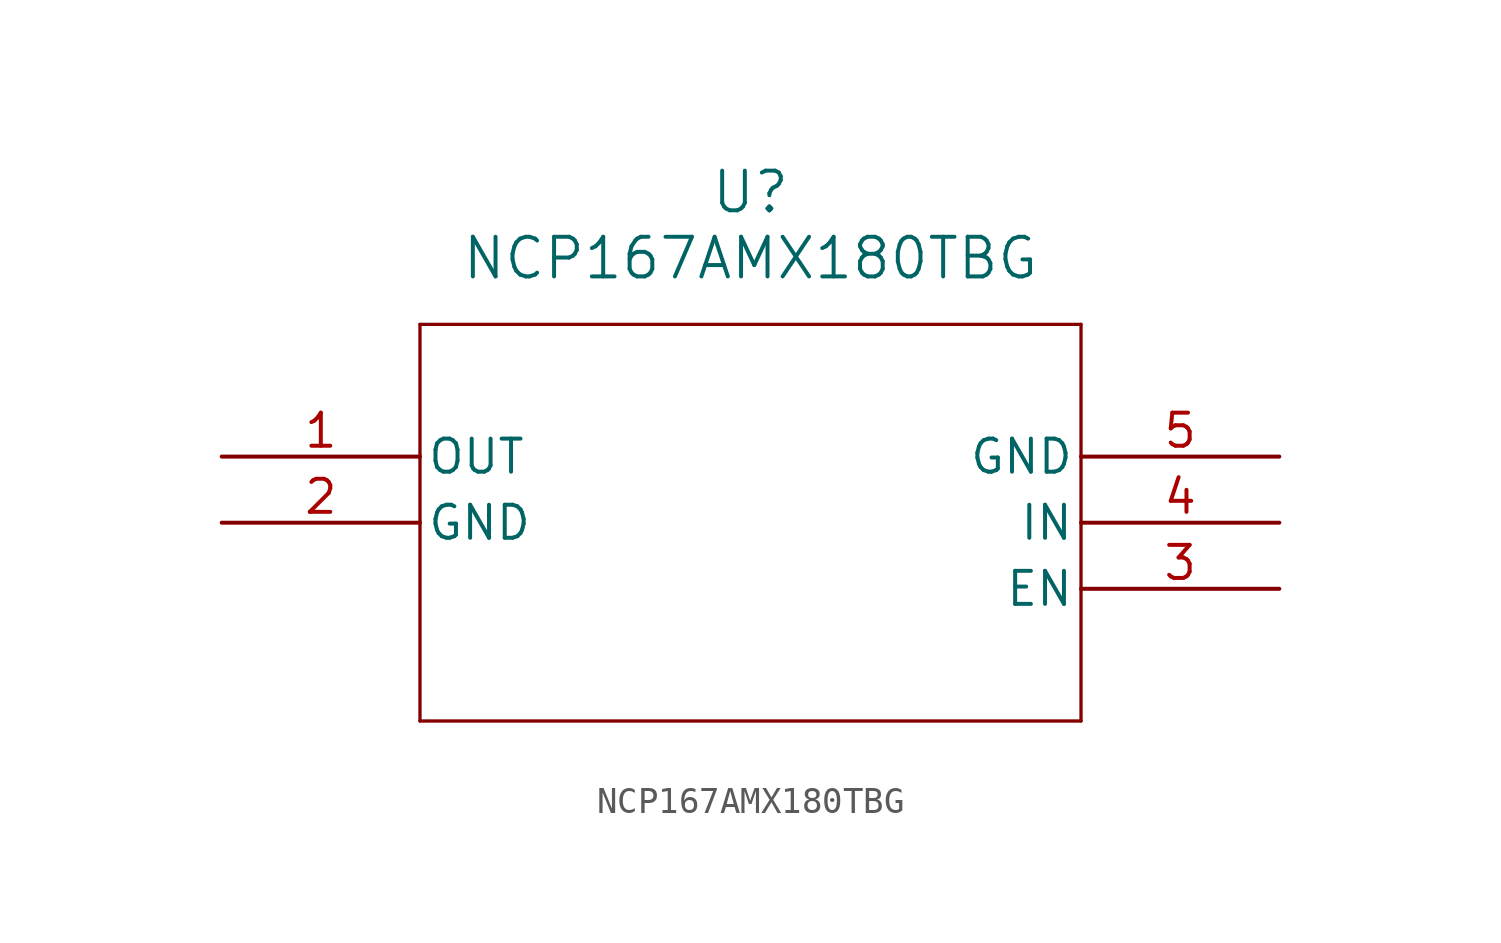
<source format=kicad_sym>
(kicad_symbol_lib
  (version 20220914)
  (generator kicad_symbol_editor)
  (symbol "NCP167AMX180TBG"
    (pin_names
      (offset 0.254))
    (property "Reference" "U"
      (at 20.32 10.16 0)
      (effects (font (size 1.524 1.524))))
    (property "Value" "NCP167AMX180TBG"
      (at 20.32 7.62 0)
      (effects (font (size 1.524 1.524))))
    (property "ki_locked" ""
      (at 0 0 0)
      (effects (font (size 1.27 1.27))))
    (symbol "NCP167AMX180TBG_0_1"
      (polyline (pts (xy 7.62 -10.16) (xy 33.02 -10.16)) (stroke (width 0.127) (type default)) (fill (type none)))
      (polyline (pts (xy 7.62 5.08) (xy 7.62 -10.16)) (stroke (width 0.127) (type default)) (fill (type none)))
      (polyline (pts (xy 33.02 -10.16) (xy 33.02 5.08)) (stroke (width 0.127) (type default)) (fill (type none)))
      (polyline (pts (xy 33.02 5.08) (xy 7.62 5.08)) (stroke (width 0.127) (type default)) (fill (type none)))
      (pin output line (at 0 0 0) (length 7.62) (name "OUT" (effects (font (size 1.27 1.27)))) (number "1" (effects (font (size 1.27 1.27)))))
      (pin power_out line (at 0 -2.54 0) (length 7.62) (name "GND" (effects (font (size 1.27 1.27)))) (number "2" (effects (font (size 1.27 1.27)))))
      (pin input line (at 40.64 -5.08 180) (length 7.62) (name "EN" (effects (font (size 1.27 1.27)))) (number "3" (effects (font (size 1.27 1.27)))))
      (pin power_in line (at 40.64 -2.54 180) (length 7.62) (name "IN" (effects (font (size 1.27 1.27)))) (number "4" (effects (font (size 1.27 1.27)))))
      (pin power_out line (at 40.64 0 180) (length 7.62) (name "GND" (effects (font (size 1.27 1.27)))) (number "5" (effects (font (size 1.27 1.27))))))))
</source>
